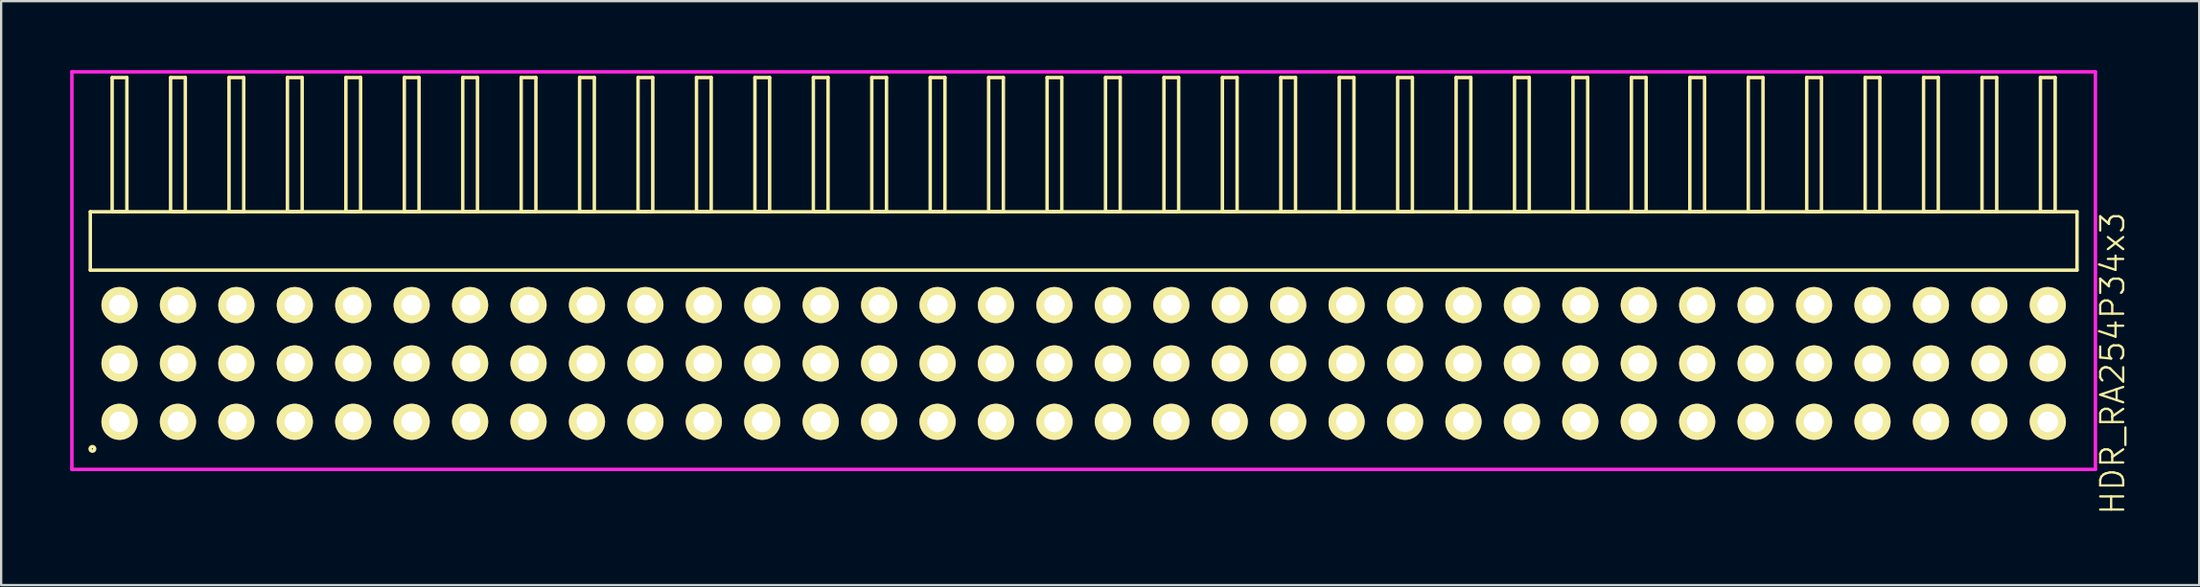
<source format=kicad_pcb>
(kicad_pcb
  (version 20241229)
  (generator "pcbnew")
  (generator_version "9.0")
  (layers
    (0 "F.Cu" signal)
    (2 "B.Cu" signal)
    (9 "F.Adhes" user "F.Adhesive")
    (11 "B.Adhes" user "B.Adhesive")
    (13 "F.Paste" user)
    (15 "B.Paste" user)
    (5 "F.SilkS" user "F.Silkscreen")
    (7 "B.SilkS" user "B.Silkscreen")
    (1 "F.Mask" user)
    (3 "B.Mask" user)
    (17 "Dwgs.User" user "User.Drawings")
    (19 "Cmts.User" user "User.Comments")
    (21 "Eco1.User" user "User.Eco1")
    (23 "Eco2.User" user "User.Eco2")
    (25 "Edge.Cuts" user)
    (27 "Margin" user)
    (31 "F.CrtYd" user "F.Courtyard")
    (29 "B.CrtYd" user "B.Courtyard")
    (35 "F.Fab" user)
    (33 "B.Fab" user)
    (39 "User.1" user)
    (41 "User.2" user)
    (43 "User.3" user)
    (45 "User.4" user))
  (footprint "HDR_RA254P34x3"
    (layer "F.Cu")
    (at 44.055 12.765)
    (property "Reference" "HDR_RA254P34x3" (at 44.73 0 90) (layer "F.SilkS") (effects (font (size 1 1) (thickness 0.1))))
    (attr through_hole)
    (fp_line (start -43.18 -6.6) (end -43.18 -4.06) (stroke (width 0.15) (type solid)) (layer "F.SilkS"))
    (fp_line (start -43.18 -4.06) (end 43.18 -4.06) (stroke (width 0.15) (type solid)) (layer "F.SilkS"))
    (fp_line (start -42.23 -12.44) (end -42.23 -6.6) (stroke (width 0.15) (type solid)) (layer "F.SilkS"))
    (fp_line (start -42.23 -6.6) (end -41.59 -6.6) (stroke (width 0.15) (type solid)) (layer "F.SilkS"))
    (fp_line (start -41.59 -12.44) (end -42.23 -12.44) (stroke (width 0.15) (type solid)) (layer "F.SilkS"))
    (fp_line (start -41.59 -6.6) (end -41.59 -12.44) (stroke (width 0.15) (type solid)) (layer "F.SilkS"))
    (fp_line (start -39.69 -12.44) (end -39.69 -6.6) (stroke (width 0.15) (type solid)) (layer "F.SilkS"))
    (fp_line (start -39.69 -6.6) (end -39.05 -6.6) (stroke (width 0.15) (type solid)) (layer "F.SilkS"))
    (fp_line (start -39.05 -12.44) (end -39.69 -12.44) (stroke (width 0.15) (type solid)) (layer "F.SilkS"))
    (fp_line (start -39.05 -6.6) (end -39.05 -12.44) (stroke (width 0.15) (type solid)) (layer "F.SilkS"))
    (fp_line (start -37.15 -12.44) (end -37.15 -6.6) (stroke (width 0.15) (type solid)) (layer "F.SilkS"))
    (fp_line (start -37.15 -6.6) (end -36.51 -6.6) (stroke (width 0.15) (type solid)) (layer "F.SilkS"))
    (fp_line (start -36.51 -12.44) (end -37.15 -12.44) (stroke (width 0.15) (type solid)) (layer "F.SilkS"))
    (fp_line (start -36.51 -6.6) (end -36.51 -12.44) (stroke (width 0.15) (type solid)) (layer "F.SilkS"))
    (fp_line (start -34.61 -12.44) (end -34.61 -6.6) (stroke (width 0.15) (type solid)) (layer "F.SilkS"))
    (fp_line (start -34.61 -6.6) (end -33.97 -6.6) (stroke (width 0.15) (type solid)) (layer "F.SilkS"))
    (fp_line (start -33.97 -12.44) (end -34.61 -12.44) (stroke (width 0.15) (type solid)) (layer "F.SilkS"))
    (fp_line (start -33.97 -6.6) (end -33.97 -12.44) (stroke (width 0.15) (type solid)) (layer "F.SilkS"))
    (fp_line (start -32.07 -12.44) (end -32.07 -6.6) (stroke (width 0.15) (type solid)) (layer "F.SilkS"))
    (fp_line (start -32.07 -6.6) (end -31.43 -6.6) (stroke (width 0.15) (type solid)) (layer "F.SilkS"))
    (fp_line (start -31.43 -12.44) (end -32.07 -12.44) (stroke (width 0.15) (type solid)) (layer "F.SilkS"))
    (fp_line (start -31.43 -6.6) (end -31.43 -12.44) (stroke (width 0.15) (type solid)) (layer "F.SilkS"))
    (fp_line (start -29.53 -12.44) (end -29.53 -6.6) (stroke (width 0.15) (type solid)) (layer "F.SilkS"))
    (fp_line (start -29.53 -6.6) (end -28.89 -6.6) (stroke (width 0.15) (type solid)) (layer "F.SilkS"))
    (fp_line (start -28.89 -12.44) (end -29.53 -12.44) (stroke (width 0.15) (type solid)) (layer "F.SilkS"))
    (fp_line (start -28.89 -6.6) (end -28.89 -12.44) (stroke (width 0.15) (type solid)) (layer "F.SilkS"))
    (fp_line (start -26.99 -12.44) (end -26.99 -6.6) (stroke (width 0.15) (type solid)) (layer "F.SilkS"))
    (fp_line (start -26.99 -6.6) (end -26.35 -6.6) (stroke (width 0.15) (type solid)) (layer "F.SilkS"))
    (fp_line (start -26.35 -12.44) (end -26.99 -12.44) (stroke (width 0.15) (type solid)) (layer "F.SilkS"))
    (fp_line (start -26.35 -6.6) (end -26.35 -12.44) (stroke (width 0.15) (type solid)) (layer "F.SilkS"))
    (fp_line (start -24.45 -12.44) (end -24.45 -6.6) (stroke (width 0.15) (type solid)) (layer "F.SilkS"))
    (fp_line (start -24.45 -6.6) (end -23.81 -6.6) (stroke (width 0.15) (type solid)) (layer "F.SilkS"))
    (fp_line (start -23.81 -12.44) (end -24.45 -12.44) (stroke (width 0.15) (type solid)) (layer "F.SilkS"))
    (fp_line (start -23.81 -6.6) (end -23.81 -12.44) (stroke (width 0.15) (type solid)) (layer "F.SilkS"))
    (fp_line (start -21.91 -12.44) (end -21.91 -6.6) (stroke (width 0.15) (type solid)) (layer "F.SilkS"))
    (fp_line (start -21.91 -6.6) (end -21.27 -6.6) (stroke (width 0.15) (type solid)) (layer "F.SilkS"))
    (fp_line (start -21.27 -12.44) (end -21.91 -12.44) (stroke (width 0.15) (type solid)) (layer "F.SilkS"))
    (fp_line (start -21.27 -6.6) (end -21.27 -12.44) (stroke (width 0.15) (type solid)) (layer "F.SilkS"))
    (fp_line (start -19.37 -12.44) (end -19.37 -6.6) (stroke (width 0.15) (type solid)) (layer "F.SilkS"))
    (fp_line (start -19.37 -6.6) (end -18.73 -6.6) (stroke (width 0.15) (type solid)) (layer "F.SilkS"))
    (fp_line (start -18.73 -12.44) (end -19.37 -12.44) (stroke (width 0.15) (type solid)) (layer "F.SilkS"))
    (fp_line (start -18.73 -6.6) (end -18.73 -12.44) (stroke (width 0.15) (type solid)) (layer "F.SilkS"))
    (fp_line (start -16.83 -12.44) (end -16.83 -6.6) (stroke (width 0.15) (type solid)) (layer "F.SilkS"))
    (fp_line (start -16.83 -6.6) (end -16.19 -6.6) (stroke (width 0.15) (type solid)) (layer "F.SilkS"))
    (fp_line (start -16.19 -12.44) (end -16.83 -12.44) (stroke (width 0.15) (type solid)) (layer "F.SilkS"))
    (fp_line (start -16.19 -6.6) (end -16.19 -12.44) (stroke (width 0.15) (type solid)) (layer "F.SilkS"))
    (fp_line (start -14.29 -12.44) (end -14.29 -6.6) (stroke (width 0.15) (type solid)) (layer "F.SilkS"))
    (fp_line (start -14.29 -6.6) (end -13.65 -6.6) (stroke (width 0.15) (type solid)) (layer "F.SilkS"))
    (fp_line (start -13.65 -12.44) (end -14.29 -12.44) (stroke (width 0.15) (type solid)) (layer "F.SilkS"))
    (fp_line (start -13.65 -6.6) (end -13.65 -12.44) (stroke (width 0.15) (type solid)) (layer "F.SilkS"))
    (fp_line (start -11.75 -12.44) (end -11.75 -6.6) (stroke (width 0.15) (type solid)) (layer "F.SilkS"))
    (fp_line (start -11.75 -6.6) (end -11.11 -6.6) (stroke (width 0.15) (type solid)) (layer "F.SilkS"))
    (fp_line (start -11.11 -12.44) (end -11.75 -12.44) (stroke (width 0.15) (type solid)) (layer "F.SilkS"))
    (fp_line (start -11.11 -6.6) (end -11.11 -12.44) (stroke (width 0.15) (type solid)) (layer "F.SilkS"))
    (fp_line (start -9.21 -12.44) (end -9.21 -6.6) (stroke (width 0.15) (type solid)) (layer "F.SilkS"))
    (fp_line (start -9.21 -6.6) (end -8.57 -6.6) (stroke (width 0.15) (type solid)) (layer "F.SilkS"))
    (fp_line (start -8.57 -12.44) (end -9.21 -12.44) (stroke (width 0.15) (type solid)) (layer "F.SilkS"))
    (fp_line (start -8.57 -6.6) (end -8.57 -12.44) (stroke (width 0.15) (type solid)) (layer "F.SilkS"))
    (fp_line (start -6.67 -12.44) (end -6.67 -6.6) (stroke (width 0.15) (type solid)) (layer "F.SilkS"))
    (fp_line (start -6.67 -6.6) (end -6.03 -6.6) (stroke (width 0.15) (type solid)) (layer "F.SilkS"))
    (fp_line (start -6.03 -12.44) (end -6.67 -12.44) (stroke (width 0.15) (type solid)) (layer "F.SilkS"))
    (fp_line (start -6.03 -6.6) (end -6.03 -12.44) (stroke (width 0.15) (type solid)) (layer "F.SilkS"))
    (fp_line (start -4.13 -12.44) (end -4.13 -6.6) (stroke (width 0.15) (type solid)) (layer "F.SilkS"))
    (fp_line (start -4.13 -6.6) (end -3.49 -6.6) (stroke (width 0.15) (type solid)) (layer "F.SilkS"))
    (fp_line (start -3.49 -12.44) (end -4.13 -12.44) (stroke (width 0.15) (type solid)) (layer "F.SilkS"))
    (fp_line (start -3.49 -6.6) (end -3.49 -12.44) (stroke (width 0.15) (type solid)) (layer "F.SilkS"))
    (fp_line (start -1.59 -12.44) (end -1.59 -6.6) (stroke (width 0.15) (type solid)) (layer "F.SilkS"))
    (fp_line (start -1.59 -6.6) (end -0.95 -6.6) (stroke (width 0.15) (type solid)) (layer "F.SilkS"))
    (fp_line (start -0.95 -12.44) (end -1.59 -12.44) (stroke (width 0.15) (type solid)) (layer "F.SilkS"))
    (fp_line (start -0.95 -6.6) (end -0.95 -12.44) (stroke (width 0.15) (type solid)) (layer "F.SilkS"))
    (fp_line (start 0.95 -12.44) (end 0.95 -6.6) (stroke (width 0.15) (type solid)) (layer "F.SilkS"))
    (fp_line (start 0.95 -6.6) (end 1.59 -6.6) (stroke (width 0.15) (type solid)) (layer "F.SilkS"))
    (fp_line (start 1.59 -12.44) (end 0.95 -12.44) (stroke (width 0.15) (type solid)) (layer "F.SilkS"))
    (fp_line (start 1.59 -6.6) (end 1.59 -12.44) (stroke (width 0.15) (type solid)) (layer "F.SilkS"))
    (fp_line (start 3.49 -12.44) (end 3.49 -6.6) (stroke (width 0.15) (type solid)) (layer "F.SilkS"))
    (fp_line (start 3.49 -6.6) (end 4.13 -6.6) (stroke (width 0.15) (type solid)) (layer "F.SilkS"))
    (fp_line (start 4.13 -12.44) (end 3.49 -12.44) (stroke (width 0.15) (type solid)) (layer "F.SilkS"))
    (fp_line (start 4.13 -6.6) (end 4.13 -12.44) (stroke (width 0.15) (type solid)) (layer "F.SilkS"))
    (fp_line (start 6.03 -12.44) (end 6.03 -6.6) (stroke (width 0.15) (type solid)) (layer "F.SilkS"))
    (fp_line (start 6.03 -6.6) (end 6.67 -6.6) (stroke (width 0.15) (type solid)) (layer "F.SilkS"))
    (fp_line (start 6.67 -12.44) (end 6.03 -12.44) (stroke (width 0.15) (type solid)) (layer "F.SilkS"))
    (fp_line (start 6.67 -6.6) (end 6.67 -12.44) (stroke (width 0.15) (type solid)) (layer "F.SilkS"))
    (fp_line (start 8.57 -12.44) (end 8.57 -6.6) (stroke (width 0.15) (type solid)) (layer "F.SilkS"))
    (fp_line (start 8.57 -6.6) (end 9.21 -6.6) (stroke (width 0.15) (type solid)) (layer "F.SilkS"))
    (fp_line (start 9.21 -12.44) (end 8.57 -12.44) (stroke (width 0.15) (type solid)) (layer "F.SilkS"))
    (fp_line (start 9.21 -6.6) (end 9.21 -12.44) (stroke (width 0.15) (type solid)) (layer "F.SilkS"))
    (fp_line (start 11.11 -12.44) (end 11.11 -6.6) (stroke (width 0.15) (type solid)) (layer "F.SilkS"))
    (fp_line (start 11.11 -6.6) (end 11.75 -6.6) (stroke (width 0.15) (type solid)) (layer "F.SilkS"))
    (fp_line (start 11.75 -12.44) (end 11.11 -12.44) (stroke (width 0.15) (type solid)) (layer "F.SilkS"))
    (fp_line (start 11.75 -6.6) (end 11.75 -12.44) (stroke (width 0.15) (type solid)) (layer "F.SilkS"))
    (fp_line (start 13.65 -12.44) (end 13.65 -6.6) (stroke (width 0.15) (type solid)) (layer "F.SilkS"))
    (fp_line (start 13.65 -6.6) (end 14.29 -6.6) (stroke (width 0.15) (type solid)) (layer "F.SilkS"))
    (fp_line (start 14.29 -12.44) (end 13.65 -12.44) (stroke (width 0.15) (type solid)) (layer "F.SilkS"))
    (fp_line (start 14.29 -6.6) (end 14.29 -12.44) (stroke (width 0.15) (type solid)) (layer "F.SilkS"))
    (fp_line (start 16.19 -12.44) (end 16.19 -6.6) (stroke (width 0.15) (type solid)) (layer "F.SilkS"))
    (fp_line (start 16.19 -6.6) (end 16.83 -6.6) (stroke (width 0.15) (type solid)) (layer "F.SilkS"))
    (fp_line (start 16.83 -12.44) (end 16.19 -12.44) (stroke (width 0.15) (type solid)) (layer "F.SilkS"))
    (fp_line (start 16.83 -6.6) (end 16.83 -12.44) (stroke (width 0.15) (type solid)) (layer "F.SilkS"))
    (fp_line (start 18.73 -12.44) (end 18.73 -6.6) (stroke (width 0.15) (type solid)) (layer "F.SilkS"))
    (fp_line (start 18.73 -6.6) (end 19.37 -6.6) (stroke (width 0.15) (type solid)) (layer "F.SilkS"))
    (fp_line (start 19.37 -12.44) (end 18.73 -12.44) (stroke (width 0.15) (type solid)) (layer "F.SilkS"))
    (fp_line (start 19.37 -6.6) (end 19.37 -12.44) (stroke (width 0.15) (type solid)) (layer "F.SilkS"))
    (fp_line (start 21.27 -12.44) (end 21.27 -6.6) (stroke (width 0.15) (type solid)) (layer "F.SilkS"))
    (fp_line (start 21.27 -6.6) (end 21.91 -6.6) (stroke (width 0.15) (type solid)) (layer "F.SilkS"))
    (fp_line (start 21.91 -12.44) (end 21.27 -12.44) (stroke (width 0.15) (type solid)) (layer "F.SilkS"))
    (fp_line (start 21.91 -6.6) (end 21.91 -12.44) (stroke (width 0.15) (type solid)) (layer "F.SilkS"))
    (fp_line (start 23.81 -12.44) (end 23.81 -6.6) (stroke (width 0.15) (type solid)) (layer "F.SilkS"))
    (fp_line (start 23.81 -6.6) (end 24.45 -6.6) (stroke (width 0.15) (type solid)) (layer "F.SilkS"))
    (fp_line (start 24.45 -12.44) (end 23.81 -12.44) (stroke (width 0.15) (type solid)) (layer "F.SilkS"))
    (fp_line (start 24.45 -6.6) (end 24.45 -12.44) (stroke (width 0.15) (type solid)) (layer "F.SilkS"))
    (fp_line (start 26.35 -12.44) (end 26.35 -6.6) (stroke (width 0.15) (type solid)) (layer "F.SilkS"))
    (fp_line (start 26.35 -6.6) (end 26.99 -6.6) (stroke (width 0.15) (type solid)) (layer "F.SilkS"))
    (fp_line (start 26.99 -12.44) (end 26.35 -12.44) (stroke (width 0.15) (type solid)) (layer "F.SilkS"))
    (fp_line (start 26.99 -6.6) (end 26.99 -12.44) (stroke (width 0.15) (type solid)) (layer "F.SilkS"))
    (fp_line (start 28.89 -12.44) (end 28.89 -6.6) (stroke (width 0.15) (type solid)) (layer "F.SilkS"))
    (fp_line (start 28.89 -6.6) (end 29.53 -6.6) (stroke (width 0.15) (type solid)) (layer "F.SilkS"))
    (fp_line (start 29.53 -12.44) (end 28.89 -12.44) (stroke (width 0.15) (type solid)) (layer "F.SilkS"))
    (fp_line (start 29.53 -6.6) (end 29.53 -12.44) (stroke (width 0.15) (type solid)) (layer "F.SilkS"))
    (fp_line (start 31.43 -12.44) (end 31.43 -6.6) (stroke (width 0.15) (type solid)) (layer "F.SilkS"))
    (fp_line (start 31.43 -6.6) (end 32.07 -6.6) (stroke (width 0.15) (type solid)) (layer "F.SilkS"))
    (fp_line (start 32.07 -12.44) (end 31.43 -12.44) (stroke (width 0.15) (type solid)) (layer "F.SilkS"))
    (fp_line (start 32.07 -6.6) (end 32.07 -12.44) (stroke (width 0.15) (type solid)) (layer "F.SilkS"))
    (fp_line (start 33.97 -12.44) (end 33.97 -6.6) (stroke (width 0.15) (type solid)) (layer "F.SilkS"))
    (fp_line (start 33.97 -6.6) (end 34.61 -6.6) (stroke (width 0.15) (type solid)) (layer "F.SilkS"))
    (fp_line (start 34.61 -12.44) (end 33.97 -12.44) (stroke (width 0.15) (type solid)) (layer "F.SilkS"))
    (fp_line (start 34.61 -6.6) (end 34.61 -12.44) (stroke (width 0.15) (type solid)) (layer "F.SilkS"))
    (fp_line (start 36.51 -12.44) (end 36.51 -6.6) (stroke (width 0.15) (type solid)) (layer "F.SilkS"))
    (fp_line (start 36.51 -6.6) (end 37.15 -6.6) (stroke (width 0.15) (type solid)) (layer "F.SilkS"))
    (fp_line (start 37.15 -12.44) (end 36.51 -12.44) (stroke (width 0.15) (type solid)) (layer "F.SilkS"))
    (fp_line (start 37.15 -6.6) (end 37.15 -12.44) (stroke (width 0.15) (type solid)) (layer "F.SilkS"))
    (fp_line (start 39.05 -12.44) (end 39.05 -6.6) (stroke (width 0.15) (type solid)) (layer "F.SilkS"))
    (fp_line (start 39.05 -6.6) (end 39.69 -6.6) (stroke (width 0.15) (type solid)) (layer "F.SilkS"))
    (fp_line (start 39.69 -12.44) (end 39.05 -12.44) (stroke (width 0.15) (type solid)) (layer "F.SilkS"))
    (fp_line (start 39.69 -6.6) (end 39.69 -12.44) (stroke (width 0.15) (type solid)) (layer "F.SilkS"))
    (fp_line (start 41.59 -12.44) (end 41.59 -6.6) (stroke (width 0.15) (type solid)) (layer "F.SilkS"))
    (fp_line (start 41.59 -6.6) (end 42.23 -6.6) (stroke (width 0.15) (type solid)) (layer "F.SilkS"))
    (fp_line (start 42.23 -12.44) (end 41.59 -12.44) (stroke (width 0.15) (type solid)) (layer "F.SilkS"))
    (fp_line (start 42.23 -6.6) (end 42.23 -12.44) (stroke (width 0.15) (type solid)) (layer "F.SilkS"))
    (fp_line (start 43.18 -6.6) (end -43.18 -6.6) (stroke (width 0.15) (type solid)) (layer "F.SilkS"))
    (fp_line (start 43.18 -4.06) (end 43.18 -6.6) (stroke (width 0.15) (type solid)) (layer "F.SilkS"))
    (fp_circle (center -43.088 3.718) (end -42.988 3.718) (stroke (width 0.15) (type solid)) (fill no) (layer "F.SilkS"))
    (fp_line (start -43.98 -12.69) (end -43.98 4.61) (stroke (width 0.15) (type solid)) (layer "F.CrtYd"))
    (fp_line (start -43.98 4.61) (end 43.98 4.61) (stroke (width 0.15) (type solid)) (layer "F.CrtYd"))
    (fp_line (start 43.98 -12.69) (end -43.98 -12.69) (stroke (width 0.15) (type solid)) (layer "F.CrtYd"))
    (fp_line (start 43.98 4.61) (end 43.98 -12.69) (stroke (width 0.15) (type solid)) (layer "F.CrtYd"))
    (pad "1" thru_hole oval (at -41.91 2.54) (size 1.57 1.57) (drill 0.9) (layers "*.Cu" "*.Mask" "F.SilkS"))
    (pad "2" thru_hole oval (at -41.91 0) (size 1.57 1.57) (drill 0.9) (layers "*.Cu" "*.Mask" "F.SilkS"))
    (pad "3" thru_hole oval (at -41.91 -2.54) (size 1.57 1.57) (drill 0.9) (layers "*.Cu" "*.Mask" "F.SilkS"))
    (pad "4" thru_hole oval (at -39.37 2.54) (size 1.57 1.57) (drill 0.9) (layers "*.Cu" "*.Mask" "F.SilkS"))
    (pad "5" thru_hole oval (at -39.37 0) (size 1.57 1.57) (drill 0.9) (layers "*.Cu" "*.Mask" "F.SilkS"))
    (pad "6" thru_hole oval (at -39.37 -2.54) (size 1.57 1.57) (drill 0.9) (layers "*.Cu" "*.Mask" "F.SilkS"))
    (pad "7" thru_hole oval (at -36.83 2.54) (size 1.57 1.57) (drill 0.9) (layers "*.Cu" "*.Mask" "F.SilkS"))
    (pad "8" thru_hole oval (at -36.83 0) (size 1.57 1.57) (drill 0.9) (layers "*.Cu" "*.Mask" "F.SilkS"))
    (pad "9" thru_hole oval (at -36.83 -2.54) (size 1.57 1.57) (drill 0.9) (layers "*.Cu" "*.Mask" "F.SilkS"))
    (pad "10" thru_hole oval (at -34.29 2.54) (size 1.57 1.57) (drill 0.9) (layers "*.Cu" "*.Mask" "F.SilkS"))
    (pad "11" thru_hole oval (at -34.29 0) (size 1.57 1.57) (drill 0.9) (layers "*.Cu" "*.Mask" "F.SilkS"))
    (pad "12" thru_hole oval (at -34.29 -2.54) (size 1.57 1.57) (drill 0.9) (layers "*.Cu" "*.Mask" "F.SilkS"))
    (pad "13" thru_hole oval (at -31.75 2.54) (size 1.57 1.57) (drill 0.9) (layers "*.Cu" "*.Mask" "F.SilkS"))
    (pad "14" thru_hole oval (at -31.75 0) (size 1.57 1.57) (drill 0.9) (layers "*.Cu" "*.Mask" "F.SilkS"))
    (pad "15" thru_hole oval (at -31.75 -2.54) (size 1.57 1.57) (drill 0.9) (layers "*.Cu" "*.Mask" "F.SilkS"))
    (pad "16" thru_hole oval (at -29.21 2.54) (size 1.57 1.57) (drill 0.9) (layers "*.Cu" "*.Mask" "F.SilkS"))
    (pad "17" thru_hole oval (at -29.21 0) (size 1.57 1.57) (drill 0.9) (layers "*.Cu" "*.Mask" "F.SilkS"))
    (pad "18" thru_hole oval (at -29.21 -2.54) (size 1.57 1.57) (drill 0.9) (layers "*.Cu" "*.Mask" "F.SilkS"))
    (pad "19" thru_hole oval (at -26.67 2.54) (size 1.57 1.57) (drill 0.9) (layers "*.Cu" "*.Mask" "F.SilkS"))
    (pad "20" thru_hole oval (at -26.67 0) (size 1.57 1.57) (drill 0.9) (layers "*.Cu" "*.Mask" "F.SilkS"))
    (pad "21" thru_hole oval (at -26.67 -2.54) (size 1.57 1.57) (drill 0.9) (layers "*.Cu" "*.Mask" "F.SilkS"))
    (pad "22" thru_hole oval (at -24.13 2.54) (size 1.57 1.57) (drill 0.9) (layers "*.Cu" "*.Mask" "F.SilkS"))
    (pad "23" thru_hole oval (at -24.13 0) (size 1.57 1.57) (drill 0.9) (layers "*.Cu" "*.Mask" "F.SilkS"))
    (pad "24" thru_hole oval (at -24.13 -2.54) (size 1.57 1.57) (drill 0.9) (layers "*.Cu" "*.Mask" "F.SilkS"))
    (pad "25" thru_hole oval (at -21.59 2.54) (size 1.57 1.57) (drill 0.9) (layers "*.Cu" "*.Mask" "F.SilkS"))
    (pad "26" thru_hole oval (at -21.59 0) (size 1.57 1.57) (drill 0.9) (layers "*.Cu" "*.Mask" "F.SilkS"))
    (pad "27" thru_hole oval (at -21.59 -2.54) (size 1.57 1.57) (drill 0.9) (layers "*.Cu" "*.Mask" "F.SilkS"))
    (pad "28" thru_hole oval (at -19.05 2.54) (size 1.57 1.57) (drill 0.9) (layers "*.Cu" "*.Mask" "F.SilkS"))
    (pad "29" thru_hole oval (at -19.05 0) (size 1.57 1.57) (drill 0.9) (layers "*.Cu" "*.Mask" "F.SilkS"))
    (pad "30" thru_hole oval (at -19.05 -2.54) (size 1.57 1.57) (drill 0.9) (layers "*.Cu" "*.Mask" "F.SilkS"))
    (pad "31" thru_hole oval (at -16.51 2.54) (size 1.57 1.57) (drill 0.9) (layers "*.Cu" "*.Mask" "F.SilkS"))
    (pad "32" thru_hole oval (at -16.51 0) (size 1.57 1.57) (drill 0.9) (layers "*.Cu" "*.Mask" "F.SilkS"))
    (pad "33" thru_hole oval (at -16.51 -2.54) (size 1.57 1.57) (drill 0.9) (layers "*.Cu" "*.Mask" "F.SilkS"))
    (pad "34" thru_hole oval (at -13.97 2.54) (size 1.57 1.57) (drill 0.9) (layers "*.Cu" "*.Mask" "F.SilkS"))
    (pad "35" thru_hole oval (at -13.97 0) (size 1.57 1.57) (drill 0.9) (layers "*.Cu" "*.Mask" "F.SilkS"))
    (pad "36" thru_hole oval (at -13.97 -2.54) (size 1.57 1.57) (drill 0.9) (layers "*.Cu" "*.Mask" "F.SilkS"))
    (pad "37" thru_hole oval (at -11.43 2.54) (size 1.57 1.57) (drill 0.9) (layers "*.Cu" "*.Mask" "F.SilkS"))
    (pad "38" thru_hole oval (at -11.43 0) (size 1.57 1.57) (drill 0.9) (layers "*.Cu" "*.Mask" "F.SilkS"))
    (pad "39" thru_hole oval (at -11.43 -2.54) (size 1.57 1.57) (drill 0.9) (layers "*.Cu" "*.Mask" "F.SilkS"))
    (pad "40" thru_hole oval (at -8.89 2.54) (size 1.57 1.57) (drill 0.9) (layers "*.Cu" "*.Mask" "F.SilkS"))
    (pad "41" thru_hole oval (at -8.89 0) (size 1.57 1.57) (drill 0.9) (layers "*.Cu" "*.Mask" "F.SilkS"))
    (pad "42" thru_hole oval (at -8.89 -2.54) (size 1.57 1.57) (drill 0.9) (layers "*.Cu" "*.Mask" "F.SilkS"))
    (pad "43" thru_hole oval (at -6.35 2.54) (size 1.57 1.57) (drill 0.9) (layers "*.Cu" "*.Mask" "F.SilkS"))
    (pad "44" thru_hole oval (at -6.35 0) (size 1.57 1.57) (drill 0.9) (layers "*.Cu" "*.Mask" "F.SilkS"))
    (pad "45" thru_hole oval (at -6.35 -2.54) (size 1.57 1.57) (drill 0.9) (layers "*.Cu" "*.Mask" "F.SilkS"))
    (pad "46" thru_hole oval (at -3.81 2.54) (size 1.57 1.57) (drill 0.9) (layers "*.Cu" "*.Mask" "F.SilkS"))
    (pad "47" thru_hole oval (at -3.81 0) (size 1.57 1.57) (drill 0.9) (layers "*.Cu" "*.Mask" "F.SilkS"))
    (pad "48" thru_hole oval (at -3.81 -2.54) (size 1.57 1.57) (drill 0.9) (layers "*.Cu" "*.Mask" "F.SilkS"))
    (pad "49" thru_hole oval (at -1.27 2.54) (size 1.57 1.57) (drill 0.9) (layers "*.Cu" "*.Mask" "F.SilkS"))
    (pad "50" thru_hole oval (at -1.27 0) (size 1.57 1.57) (drill 0.9) (layers "*.Cu" "*.Mask" "F.SilkS"))
    (pad "51" thru_hole oval (at -1.27 -2.54) (size 1.57 1.57) (drill 0.9) (layers "*.Cu" "*.Mask" "F.SilkS"))
    (pad "52" thru_hole oval (at 1.27 2.54) (size 1.57 1.57) (drill 0.9) (layers "*.Cu" "*.Mask" "F.SilkS"))
    (pad "53" thru_hole oval (at 1.27 0) (size 1.57 1.57) (drill 0.9) (layers "*.Cu" "*.Mask" "F.SilkS"))
    (pad "54" thru_hole oval (at 1.27 -2.54) (size 1.57 1.57) (drill 0.9) (layers "*.Cu" "*.Mask" "F.SilkS"))
    (pad "55" thru_hole oval (at 3.81 2.54) (size 1.57 1.57) (drill 0.9) (layers "*.Cu" "*.Mask" "F.SilkS"))
    (pad "56" thru_hole oval (at 3.81 0) (size 1.57 1.57) (drill 0.9) (layers "*.Cu" "*.Mask" "F.SilkS"))
    (pad "57" thru_hole oval (at 3.81 -2.54) (size 1.57 1.57) (drill 0.9) (layers "*.Cu" "*.Mask" "F.SilkS"))
    (pad "58" thru_hole oval (at 6.35 2.54) (size 1.57 1.57) (drill 0.9) (layers "*.Cu" "*.Mask" "F.SilkS"))
    (pad "59" thru_hole oval (at 6.35 0) (size 1.57 1.57) (drill 0.9) (layers "*.Cu" "*.Mask" "F.SilkS"))
    (pad "60" thru_hole oval (at 6.35 -2.54) (size 1.57 1.57) (drill 0.9) (layers "*.Cu" "*.Mask" "F.SilkS"))
    (pad "61" thru_hole oval (at 8.89 2.54) (size 1.57 1.57) (drill 0.9) (layers "*.Cu" "*.Mask" "F.SilkS"))
    (pad "62" thru_hole oval (at 8.89 0) (size 1.57 1.57) (drill 0.9) (layers "*.Cu" "*.Mask" "F.SilkS"))
    (pad "63" thru_hole oval (at 8.89 -2.54) (size 1.57 1.57) (drill 0.9) (layers "*.Cu" "*.Mask" "F.SilkS"))
    (pad "64" thru_hole oval (at 11.43 2.54) (size 1.57 1.57) (drill 0.9) (layers "*.Cu" "*.Mask" "F.SilkS"))
    (pad "65" thru_hole oval (at 11.43 0) (size 1.57 1.57) (drill 0.9) (layers "*.Cu" "*.Mask" "F.SilkS"))
    (pad "66" thru_hole oval (at 11.43 -2.54) (size 1.57 1.57) (drill 0.9) (layers "*.Cu" "*.Mask" "F.SilkS"))
    (pad "67" thru_hole oval (at 13.97 2.54) (size 1.57 1.57) (drill 0.9) (layers "*.Cu" "*.Mask" "F.SilkS"))
    (pad "68" thru_hole oval (at 13.97 0) (size 1.57 1.57) (drill 0.9) (layers "*.Cu" "*.Mask" "F.SilkS"))
    (pad "69" thru_hole oval (at 13.97 -2.54) (size 1.57 1.57) (drill 0.9) (layers "*.Cu" "*.Mask" "F.SilkS"))
    (pad "70" thru_hole oval (at 16.51 2.54) (size 1.57 1.57) (drill 0.9) (layers "*.Cu" "*.Mask" "F.SilkS"))
    (pad "71" thru_hole oval (at 16.51 0) (size 1.57 1.57) (drill 0.9) (layers "*.Cu" "*.Mask" "F.SilkS"))
    (pad "72" thru_hole oval (at 16.51 -2.54) (size 1.57 1.57) (drill 0.9) (layers "*.Cu" "*.Mask" "F.SilkS"))
    (pad "73" thru_hole oval (at 19.05 2.54) (size 1.57 1.57) (drill 0.9) (layers "*.Cu" "*.Mask" "F.SilkS"))
    (pad "74" thru_hole oval (at 19.05 0) (size 1.57 1.57) (drill 0.9) (layers "*.Cu" "*.Mask" "F.SilkS"))
    (pad "75" thru_hole oval (at 19.05 -2.54) (size 1.57 1.57) (drill 0.9) (layers "*.Cu" "*.Mask" "F.SilkS"))
    (pad "76" thru_hole oval (at 21.59 2.54) (size 1.57 1.57) (drill 0.9) (layers "*.Cu" "*.Mask" "F.SilkS"))
    (pad "77" thru_hole oval (at 21.59 0) (size 1.57 1.57) (drill 0.9) (layers "*.Cu" "*.Mask" "F.SilkS"))
    (pad "78" thru_hole oval (at 21.59 -2.54) (size 1.57 1.57) (drill 0.9) (layers "*.Cu" "*.Mask" "F.SilkS"))
    (pad "79" thru_hole oval (at 24.13 2.54) (size 1.57 1.57) (drill 0.9) (layers "*.Cu" "*.Mask" "F.SilkS"))
    (pad "80" thru_hole oval (at 24.13 0) (size 1.57 1.57) (drill 0.9) (layers "*.Cu" "*.Mask" "F.SilkS"))
    (pad "81" thru_hole oval (at 24.13 -2.54) (size 1.57 1.57) (drill 0.9) (layers "*.Cu" "*.Mask" "F.SilkS"))
    (pad "82" thru_hole oval (at 26.67 2.54) (size 1.57 1.57) (drill 0.9) (layers "*.Cu" "*.Mask" "F.SilkS"))
    (pad "83" thru_hole oval (at 26.67 0) (size 1.57 1.57) (drill 0.9) (layers "*.Cu" "*.Mask" "F.SilkS"))
    (pad "84" thru_hole oval (at 26.67 -2.54) (size 1.57 1.57) (drill 0.9) (layers "*.Cu" "*.Mask" "F.SilkS"))
    (pad "85" thru_hole oval (at 29.21 2.54) (size 1.57 1.57) (drill 0.9) (layers "*.Cu" "*.Mask" "F.SilkS"))
    (pad "86" thru_hole oval (at 29.21 0) (size 1.57 1.57) (drill 0.9) (layers "*.Cu" "*.Mask" "F.SilkS"))
    (pad "87" thru_hole oval (at 29.21 -2.54) (size 1.57 1.57) (drill 0.9) (layers "*.Cu" "*.Mask" "F.SilkS"))
    (pad "88" thru_hole oval (at 31.75 2.54) (size 1.57 1.57) (drill 0.9) (layers "*.Cu" "*.Mask" "F.SilkS"))
    (pad "89" thru_hole oval (at 31.75 0) (size 1.57 1.57) (drill 0.9) (layers "*.Cu" "*.Mask" "F.SilkS"))
    (pad "90" thru_hole oval (at 31.75 -2.54) (size 1.57 1.57) (drill 0.9) (layers "*.Cu" "*.Mask" "F.SilkS"))
    (pad "91" thru_hole oval (at 34.29 2.54) (size 1.57 1.57) (drill 0.9) (layers "*.Cu" "*.Mask" "F.SilkS"))
    (pad "92" thru_hole oval (at 34.29 0) (size 1.57 1.57) (drill 0.9) (layers "*.Cu" "*.Mask" "F.SilkS"))
    (pad "93" thru_hole oval (at 34.29 -2.54) (size 1.57 1.57) (drill 0.9) (layers "*.Cu" "*.Mask" "F.SilkS"))
    (pad "94" thru_hole oval (at 36.83 2.54) (size 1.57 1.57) (drill 0.9) (layers "*.Cu" "*.Mask" "F.SilkS"))
    (pad "95" thru_hole oval (at 36.83 0) (size 1.57 1.57) (drill 0.9) (layers "*.Cu" "*.Mask" "F.SilkS"))
    (pad "96" thru_hole oval (at 36.83 -2.54) (size 1.57 1.57) (drill 0.9) (layers "*.Cu" "*.Mask" "F.SilkS"))
    (pad "97" thru_hole oval (at 39.37 2.54) (size 1.57 1.57) (drill 0.9) (layers "*.Cu" "*.Mask" "F.SilkS"))
    (pad "98" thru_hole oval (at 39.37 0) (size 1.57 1.57) (drill 0.9) (layers "*.Cu" "*.Mask" "F.SilkS"))
    (pad "99" thru_hole oval (at 39.37 -2.54) (size 1.57 1.57) (drill 0.9) (layers "*.Cu" "*.Mask" "F.SilkS"))
    (pad "100" thru_hole oval (at 41.91 2.54) (size 1.57 1.57) (drill 0.9) (layers "*.Cu" "*.Mask" "F.SilkS"))
    (pad "101" thru_hole oval (at 41.91 0) (size 1.57 1.57) (drill 0.9) (layers "*.Cu" "*.Mask" "F.SilkS"))
    (pad "102" thru_hole oval (at 41.91 -2.54) (size 1.57 1.57) (drill 0.9) (layers "*.Cu" "*.Mask" "F.SilkS")))
  (gr_rect
    (start -3 -3)
    (end 92.546 22.41)
    (stroke (width 0.1) (type default))
    (fill no)
    (layer "Edge.Cuts")))
</source>
